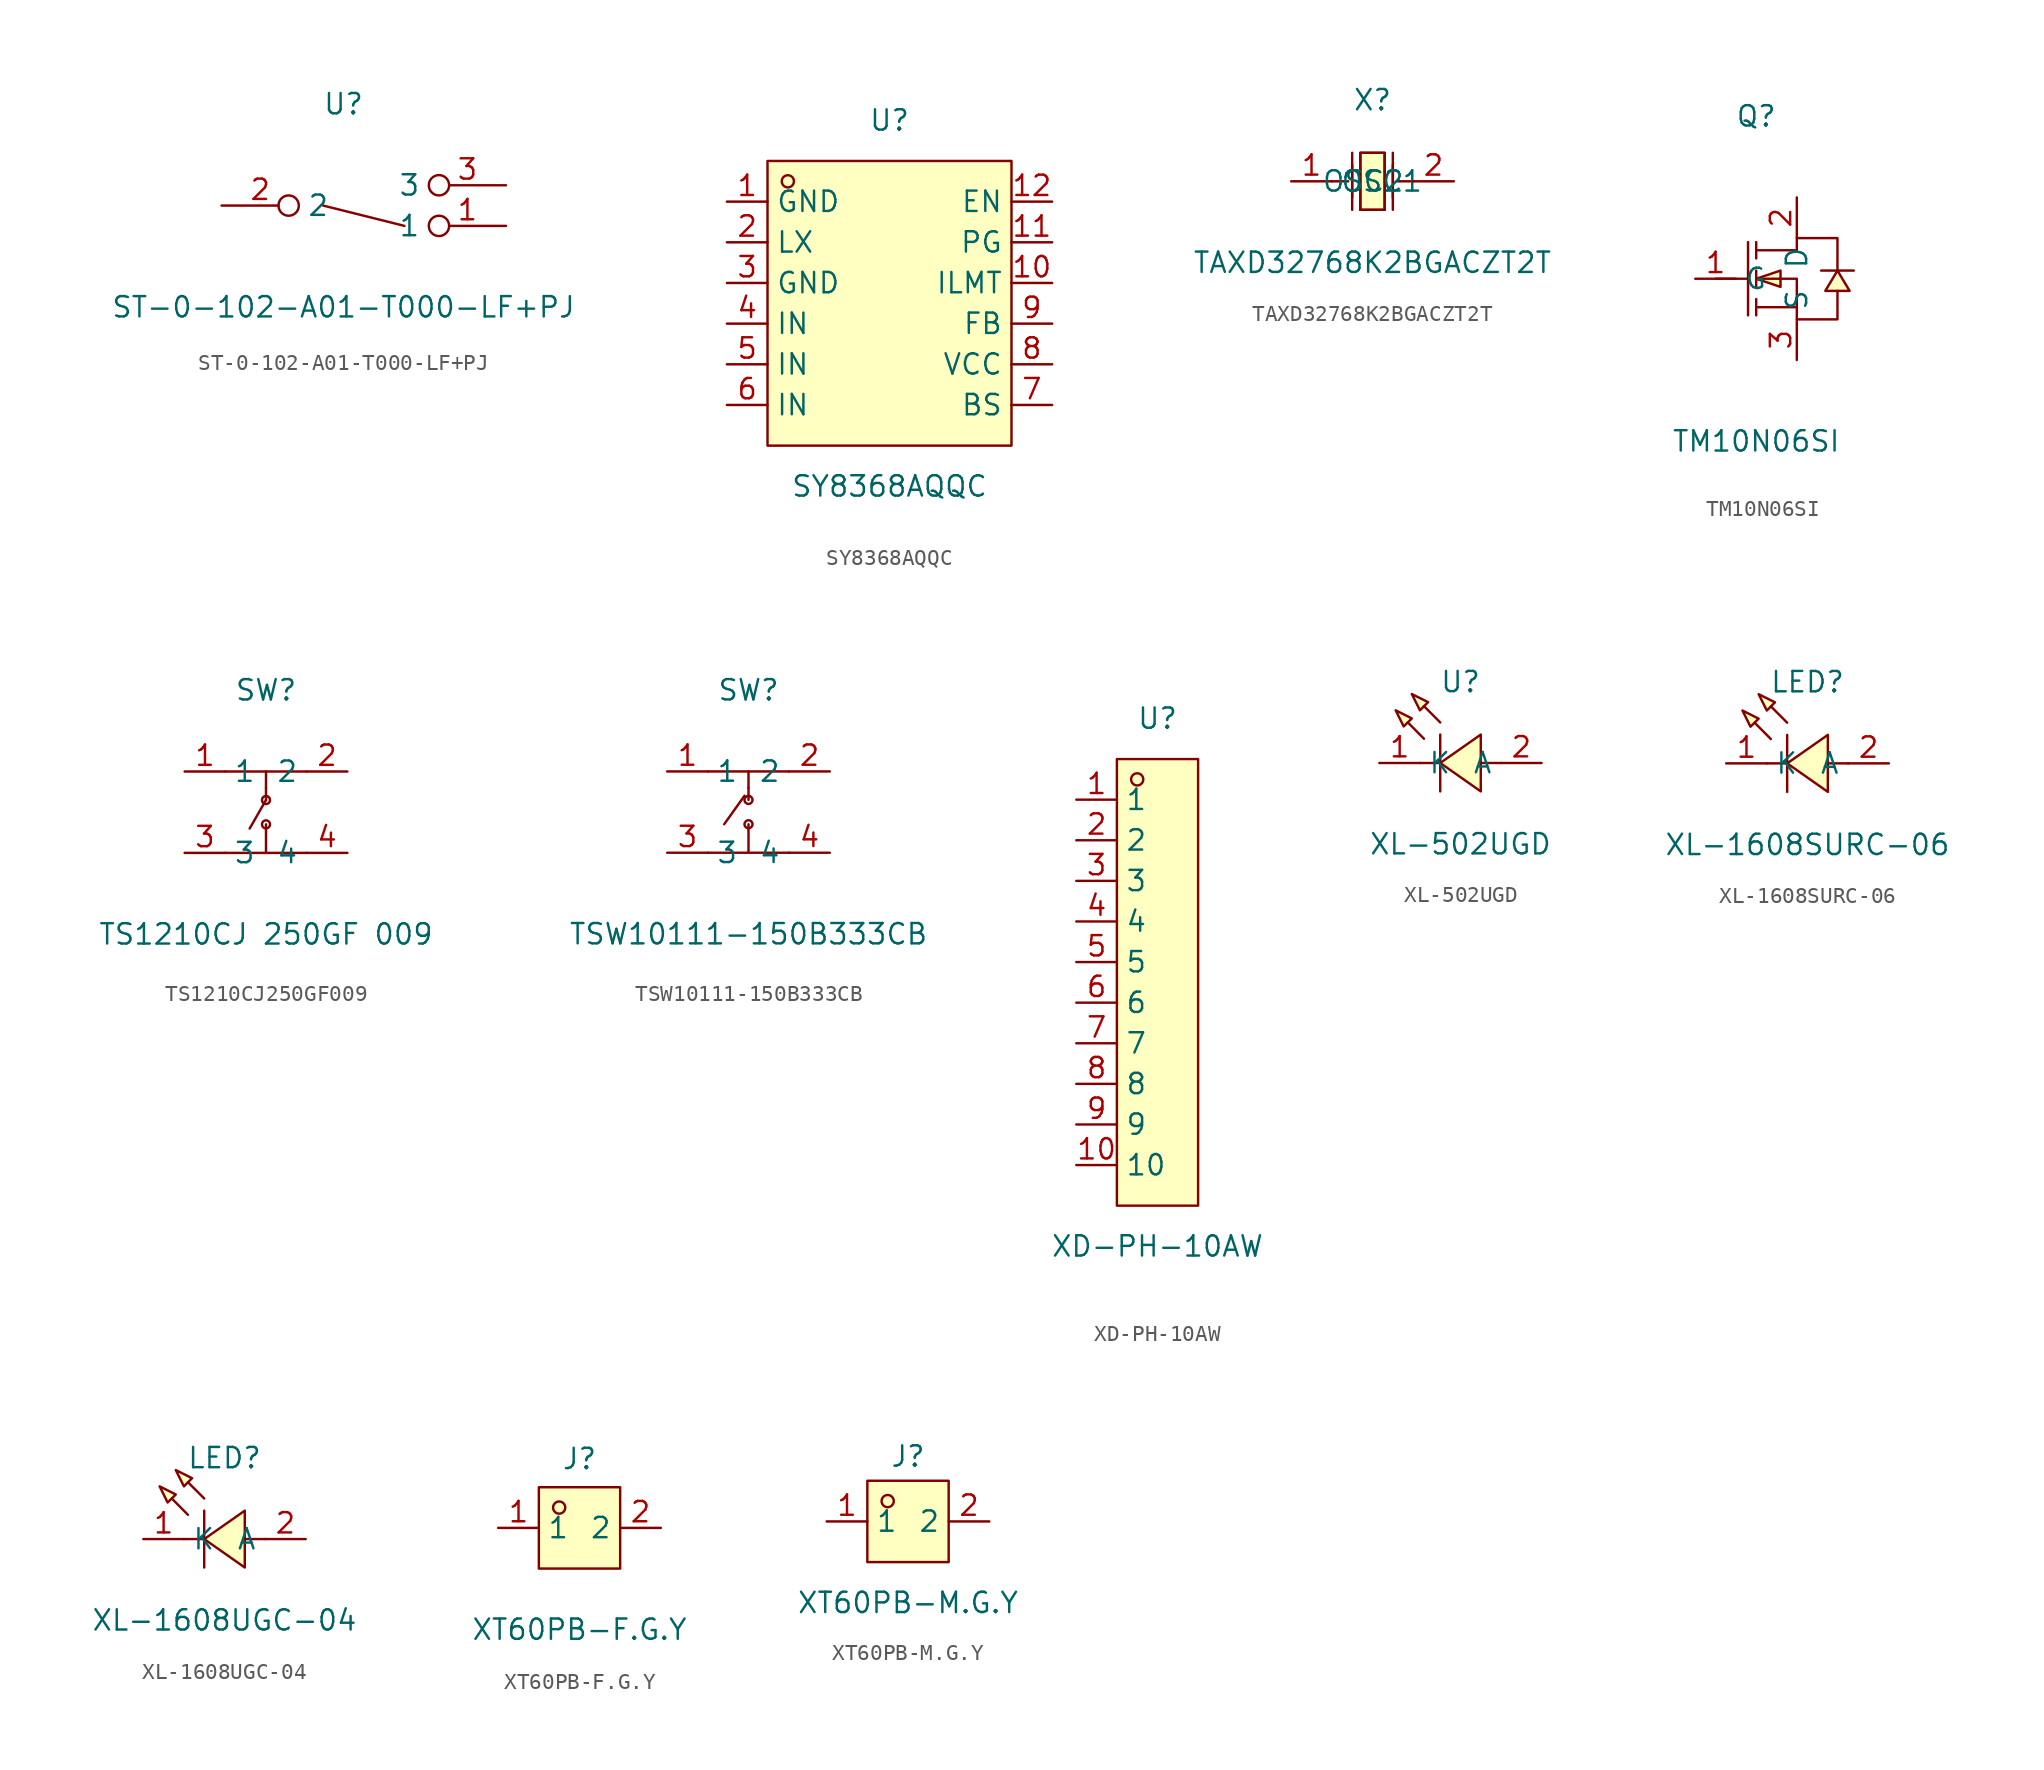
<source format=kicad_sym>
(kicad_symbol_lib
  (version 20241209)
  (generator "kicad_symbol_editor")
  (generator_version "9.0")
  (symbol "ST-0-102-A01-T000-LF+PJ"
    (property "Reference" "U"
      (at 0 5.08 0)
      (effects (font (size 1.27 1.27))))
    (property "Value" "ST-0-102-A01-T000-LF+PJ"
      (at 0 -7.62 0)
      (effects (font (size 1.27 1.27))))
    (symbol "ST-0-102-A01-T000-LF+PJ_0_1"
      (polyline (pts (xy -1.27 -1.27) (xy 3.81 -2.54)) (stroke (width 0) (type default)) (fill (type none)))
      (pin unspecified inverted (at -7.62 -1.27 0) (length 4.826) (name "2" (effects (font (size 1.27 1.27)))) (number "2" (effects (font (size 1.27 1.27)))))
      (pin unspecified inverted (at 10.16 0 180) (length 4.826) (name "3" (effects (font (size 1.27 1.27)))) (number "3" (effects (font (size 1.27 1.27)))))
      (pin unspecified inverted (at 10.16 -2.54 180) (length 4.826) (name "1" (effects (font (size 1.27 1.27)))) (number "1" (effects (font (size 1.27 1.27)))))))
  (symbol "SY8368AQQC"
    (property "Reference" "U"
      (at 0 11.43 0)
      (effects (font (size 1.27 1.27))))
    (property "Value" "SY8368AQQC"
      (at 0 -11.43 0)
      (effects (font (size 1.27 1.27))))
    (symbol "SY8368AQQC_0_1"
      (rectangle (start -7.62 8.89) (end 7.62 -8.89) (stroke (width 0) (type default)) (fill (type background)))
      (circle (center -6.35 7.62) (radius 0.38) (stroke (width 0) (type default)) (fill (type none)))
      (pin unspecified line (at -10.16 6.35 0) (length 2.54) (name "GND" (effects (font (size 1.27 1.27)))) (number "1" (effects (font (size 1.27 1.27)))))
      (pin unspecified line (at -10.16 3.81 0) (length 2.54) (name "LX" (effects (font (size 1.27 1.27)))) (number "2" (effects (font (size 1.27 1.27)))))
      (pin unspecified line (at -10.16 1.27 0) (length 2.54) (name "GND" (effects (font (size 1.27 1.27)))) (number "3" (effects (font (size 1.27 1.27)))))
      (pin unspecified line (at -10.16 -1.27 0) (length 2.54) (name "IN" (effects (font (size 1.27 1.27)))) (number "4" (effects (font (size 1.27 1.27)))))
      (pin unspecified line (at -10.16 -3.81 0) (length 2.54) (name "IN" (effects (font (size 1.27 1.27)))) (number "5" (effects (font (size 1.27 1.27)))))
      (pin unspecified line (at -10.16 -6.35 0) (length 2.54) (name "IN" (effects (font (size 1.27 1.27)))) (number "6" (effects (font (size 1.27 1.27)))))
      (pin unspecified line (at 10.16 6.35 180) (length 2.54) (name "EN" (effects (font (size 1.27 1.27)))) (number "12" (effects (font (size 1.27 1.27)))))
      (pin unspecified line (at 10.16 3.81 180) (length 2.54) (name "PG" (effects (font (size 1.27 1.27)))) (number "11" (effects (font (size 1.27 1.27)))))
      (pin unspecified line (at 10.16 1.27 180) (length 2.54) (name "ILMT" (effects (font (size 1.27 1.27)))) (number "10" (effects (font (size 1.27 1.27)))))
      (pin unspecified line (at 10.16 -1.27 180) (length 2.54) (name "FB" (effects (font (size 1.27 1.27)))) (number "9" (effects (font (size 1.27 1.27)))))
      (pin unspecified line (at 10.16 -3.81 180) (length 2.54) (name "VCC" (effects (font (size 1.27 1.27)))) (number "8" (effects (font (size 1.27 1.27)))))
      (pin unspecified line (at 10.16 -6.35 180) (length 2.54) (name "BS" (effects (font (size 1.27 1.27)))) (number "7" (effects (font (size 1.27 1.27)))))))
  (symbol "TAXD32768K2BGACZT2T"
    (property "Reference" "X"
      (at 0 5.08 0)
      (effects (font (size 1.27 1.27))))
    (property "Value" "TAXD32768K2BGACZT2T"
      (at 0 -5.08 0)
      (effects (font (size 1.27 1.27))))
    (symbol "TAXD32768K2BGACZT2T_0_1"
      (polyline (pts (xy -2.54 0) (xy -1.52 0)) (stroke (width 0) (type default)) (fill (type none)))
      (polyline (pts (xy -1.27 -1.02) (xy -1.27 1.02)) (stroke (width 0) (type default)) (fill (type none)))
      (polyline (pts (xy -1.27 -1.78) (xy -1.27 1.78)) (stroke (width 0) (type default)) (fill (type none)))
      (polyline (pts (xy -0.76 -1.78) (xy -0.76 1.78) (xy 0.76 1.78) (xy 0.76 -1.78)) (stroke (width 0) (type default)) (fill (type none)))
      (polyline (pts (xy 0.76 1.78) (xy 0.76 -1.78) (xy -0.76 -1.78) (xy -0.76 1.78) (xy 0.76 1.78)) (stroke (width 0) (type default)) (fill (type background)))
      (polyline (pts (xy 0.76 -1.78) (xy -0.76 -1.78)) (stroke (width 0) (type default)) (fill (type none)))
      (polyline (pts (xy 1.27 -1.02) (xy 1.27 1.02)) (stroke (width 0) (type default)) (fill (type none)))
      (polyline (pts (xy 1.27 -1.78) (xy 1.27 1.78)) (stroke (width 0) (type default)) (fill (type none)))
      (polyline (pts (xy 2.54 0) (xy 1.52 0)) (stroke (width 0) (type default)) (fill (type none)))
      (pin input line (at -5.08 0 0) (length 2.54) (name "OSC1" (effects (font (size 1.27 1.27)))) (number "1" (effects (font (size 1.27 1.27)))))
      (pin input line (at 5.08 0 180) (length 2.54) (name "OSC2" (effects (font (size 1.27 1.27)))) (number "2" (effects (font (size 1.27 1.27)))))))
  (symbol "TM10N06SI"
    (property "Reference" "Q"
      (at 0 10.16 0)
      (effects (font (size 1.27 1.27))))
    (property "Value" "TM10N06SI"
      (at 0 -10.16 0)
      (effects (font (size 1.27 1.27))))
    (symbol "TM10N06SI_0_1"
      (polyline (pts (xy -2.54 0) (xy -0.51 0)) (stroke (width 0) (type default)) (fill (type none)))
      (polyline (pts (xy -0.51 2.29) (xy -0.51 -2.29)) (stroke (width 0) (type default)) (fill (type none)))
      (polyline (pts (xy 0 2.29) (xy 0 1.27)) (stroke (width 0) (type default)) (fill (type none)))
      (polyline (pts (xy 0 1.78) (xy 2.54 1.78) (xy 2.54 2.54) (xy 5.08 2.54) (xy 5.08 0.51)) (stroke (width 0) (type default)) (fill (type none)))
      (polyline (pts (xy 0 0) (xy 1.52 -0.51) (xy 1.52 0.51) (xy 0 0)) (stroke (width 0) (type default)) (fill (type background)))
      (polyline (pts (xy 0 0) (xy 2.54 0) (xy 2.54 -2.54) (xy 5.08 -2.54) (xy 5.08 -0.76)) (stroke (width 0) (type default)) (fill (type none)))
      (polyline (pts (xy 0 -0.51) (xy 0 0.51)) (stroke (width 0) (type default)) (fill (type none)))
      (polyline (pts (xy 0 -2.29) (xy 0 -1.27)) (stroke (width 0) (type default)) (fill (type none)))
      (polyline (pts (xy 2.54 -1.78) (xy 0 -1.78)) (stroke (width 0) (type default)) (fill (type none)))
      (polyline (pts (xy 5.08 0.51) (xy 4.32 -0.76) (xy 5.84 -0.76) (xy 5.08 0.51)) (stroke (width 0) (type default)) (fill (type background)))
      (polyline (pts (xy 6.1 0.51) (xy 5.59 0.51) (xy 4.57 0.51) (xy 4.06 0.51)) (stroke (width 0) (type default)) (fill (type none)))
      (pin unspecified line (at -3.81 0 0) (length 2.54) (name "G" (effects (font (size 1.27 1.27)))) (number "1" (effects (font (size 1.27 1.27)))))
      (pin unspecified line (at 2.54 5.08 270) (length 2.54) (name "D" (effects (font (size 1.27 1.27)))) (number "2" (effects (font (size 1.27 1.27)))))
      (pin unspecified line (at 2.54 -5.08 90) (length 2.54) (name "S" (effects (font (size 1.27 1.27)))) (number "3" (effects (font (size 1.27 1.27)))))))
  (symbol "TS1210CJ250GF009"
    (property "Reference" "SW"
      (at 0 7.62 0)
      (effects (font (size 1.27 1.27))))
    (property "Value" "TS1210CJ 250GF 009"
      (at 0 -7.62 0)
      (effects (font (size 1.27 1.27))))
    (symbol "TS1210CJ250GF009_0_1"
      (polyline (pts (xy -2.54 -2.54) (xy 2.54 -2.54)) (stroke (width 0) (type default)) (fill (type none)))
      (polyline (pts (xy -1.02 -1.02) (xy 0 0.76)) (stroke (width 0) (type default)) (fill (type none)))
      (polyline (pts (xy 0 2.54) (xy 0 1.52)) (stroke (width 0) (type default)) (fill (type none)))
      (polyline (pts (xy 0 1.52) (xy 0 0.76)) (stroke (width 0) (type default)) (fill (type none)))
      (circle (center 0 0.76) (radius 0.25) (stroke (width 0) (type default)) (fill (type none)))
      (circle (center 0 -0.76) (radius 0.25) (stroke (width 0) (type default)) (fill (type none)))
      (polyline (pts (xy 0 -2.54) (xy 0 -0.76)) (stroke (width 0) (type default)) (fill (type none)))
      (polyline (pts (xy 2.54 2.54) (xy -2.54 2.54)) (stroke (width 0) (type default)) (fill (type none)))
      (pin unspecified line (at -5.08 2.54 0) (length 2.54) (name "1" (effects (font (size 1.27 1.27)))) (number "1" (effects (font (size 1.27 1.27)))))
      (pin unspecified line (at -5.08 -2.54 0) (length 2.54) (name "3" (effects (font (size 1.27 1.27)))) (number "3" (effects (font (size 1.27 1.27)))))
      (pin unspecified line (at 5.08 2.54 180) (length 2.54) (name "2" (effects (font (size 1.27 1.27)))) (number "2" (effects (font (size 1.27 1.27)))))
      (pin unspecified line (at 5.08 -2.54 180) (length 2.54) (name "4" (effects (font (size 1.27 1.27)))) (number "4" (effects (font (size 1.27 1.27)))))))
  (symbol "TSW10111-150B333CB"
    (property "Reference" "SW"
      (at 0 7.62 0)
      (effects (font (size 1.27 1.27))))
    (property "Value" "TSW10111-150B333CB"
      (at 0 -7.62 0)
      (effects (font (size 1.27 1.27))))
    (symbol "TSW10111-150B333CB_0_1"
      (polyline (pts (xy -2.54 2.54) (xy 2.54 2.54)) (stroke (width 0) (type default)) (fill (type none)))
      (polyline (pts (xy -1.52 -0.76) (xy -0.25 1.02)) (stroke (width 0) (type default)) (fill (type none)))
      (polyline (pts (xy 0 2.54) (xy 0 1.52)) (stroke (width 0) (type default)) (fill (type none)))
      (polyline (pts (xy 0 1.52) (xy 0 0.76)) (stroke (width 0) (type default)) (fill (type none)))
      (circle (center 0 0.76) (radius 0.25) (stroke (width 0) (type default)) (fill (type none)))
      (circle (center 0 -0.76) (radius 0.25) (stroke (width 0) (type default)) (fill (type none)))
      (polyline (pts (xy 0 -2.54) (xy 0 -0.76)) (stroke (width 0) (type default)) (fill (type none)))
      (polyline (pts (xy 2.54 -2.54) (xy -2.54 -2.54)) (stroke (width 0) (type default)) (fill (type none)))
      (pin unspecified line (at -5.08 2.54 0) (length 2.54) (name "1" (effects (font (size 1.27 1.27)))) (number "1" (effects (font (size 1.27 1.27)))))
      (pin unspecified line (at -5.08 -2.54 0) (length 2.54) (name "3" (effects (font (size 1.27 1.27)))) (number "3" (effects (font (size 1.27 1.27)))))
      (pin unspecified line (at 5.08 2.54 180) (length 2.54) (name "2" (effects (font (size 1.27 1.27)))) (number "2" (effects (font (size 1.27 1.27)))))
      (pin unspecified line (at 5.08 -2.54 180) (length 2.54) (name "4" (effects (font (size 1.27 1.27)))) (number "4" (effects (font (size 1.27 1.27)))))))
  (symbol "XD-PH-10AW"
    (property "Reference" "U"
      (at 0 16.51 0)
      (effects (font (size 1.27 1.27))))
    (property "Value" "XD-PH-10AW"
      (at 0 -16.51 0)
      (effects (font (size 1.27 1.27))))
    (symbol "XD-PH-10AW_0_1"
      (rectangle (start -2.54 13.97) (end 2.54 -13.97) (stroke (width 0) (type default)) (fill (type background)))
      (circle (center -1.27 12.7) (radius 0.38) (stroke (width 0) (type default)) (fill (type none)))
      (pin unspecified line (at -5.08 11.43 0) (length 2.54) (name "1" (effects (font (size 1.27 1.27)))) (number "1" (effects (font (size 1.27 1.27)))))
      (pin unspecified line (at -5.08 8.89 0) (length 2.54) (name "2" (effects (font (size 1.27 1.27)))) (number "2" (effects (font (size 1.27 1.27)))))
      (pin unspecified line (at -5.08 6.35 0) (length 2.54) (name "3" (effects (font (size 1.27 1.27)))) (number "3" (effects (font (size 1.27 1.27)))))
      (pin unspecified line (at -5.08 3.81 0) (length 2.54) (name "4" (effects (font (size 1.27 1.27)))) (number "4" (effects (font (size 1.27 1.27)))))
      (pin unspecified line (at -5.08 1.27 0) (length 2.54) (name "5" (effects (font (size 1.27 1.27)))) (number "5" (effects (font (size 1.27 1.27)))))
      (pin unspecified line (at -5.08 -1.27 0) (length 2.54) (name "6" (effects (font (size 1.27 1.27)))) (number "6" (effects (font (size 1.27 1.27)))))
      (pin unspecified line (at -5.08 -3.81 0) (length 2.54) (name "7" (effects (font (size 1.27 1.27)))) (number "7" (effects (font (size 1.27 1.27)))))
      (pin unspecified line (at -5.08 -6.35 0) (length 2.54) (name "8" (effects (font (size 1.27 1.27)))) (number "8" (effects (font (size 1.27 1.27)))))
      (pin unspecified line (at -5.08 -8.89 0) (length 2.54) (name "9" (effects (font (size 1.27 1.27)))) (number "9" (effects (font (size 1.27 1.27)))))
      (pin unspecified line (at -5.08 -11.43 0) (length 2.54) (name "10" (effects (font (size 1.27 1.27)))) (number "10" (effects (font (size 1.27 1.27)))))))
  (symbol "XL-502UGD"
    (property "Reference" "U"
      (at 0 5.08 0)
      (effects (font (size 1.27 1.27))))
    (property "Value" "XL-502UGD"
      (at 0 -5.08 0)
      (effects (font (size 1.27 1.27))))
    (symbol "XL-502UGD_0_1"
      (polyline (pts (xy -4.06 3.3) (xy -3.05 2.79) (xy -3.56 2.29) (xy -4.06 3.3)) (stroke (width 0) (type default)) (fill (type background)))
      (polyline (pts (xy -3.05 4.32) (xy -2.03 3.81) (xy -2.54 3.3) (xy -3.05 4.32)) (stroke (width 0) (type default)) (fill (type background)))
      (polyline (pts (xy -2.29 1.52) (xy -3.3 2.54) (xy -2.29 1.52)) (stroke (width 0) (type default)) (fill (type background)))
      (polyline (pts (xy -1.27 2.54) (xy -2.29 3.56) (xy -1.27 2.54)) (stroke (width 0) (type default)) (fill (type background)))
      (polyline (pts (xy -1.27 1.78) (xy -1.27 -1.78)) (stroke (width 0) (type default)) (fill (type none)))
      (polyline (pts (xy -1.27 0) (xy -2.54 0)) (stroke (width 0) (type default)) (fill (type none)))
      (polyline (pts (xy 1.27 1.78) (xy -1.27 0) (xy 1.27 -1.78) (xy 1.27 1.78)) (stroke (width 0) (type default)) (fill (type background)))
      (polyline (pts (xy 2.54 0) (xy 1.27 0)) (stroke (width 0) (type default)) (fill (type none)))
      (pin unspecified line (at -5.08 0 0) (length 2.54) (name "K" (effects (font (size 1.27 1.27)))) (number "1" (effects (font (size 1.27 1.27)))))
      (pin unspecified line (at 5.08 0 180) (length 2.54) (name "A" (effects (font (size 1.27 1.27)))) (number "2" (effects (font (size 1.27 1.27)))))))
  (symbol "XL-1608SURC-06"
    (property "Reference" "LED"
      (at 0 5.08 0)
      (effects (font (size 1.27 1.27))))
    (property "Value" "XL-1608SURC-06"
      (at 0 -5.08 0)
      (effects (font (size 1.27 1.27))))
    (symbol "XL-1608SURC-06_0_1"
      (polyline (pts (xy -4.06 3.3) (xy -3.05 2.79) (xy -3.56 2.29) (xy -4.06 3.3)) (stroke (width 0) (type default)) (fill (type background)))
      (polyline (pts (xy -3.05 4.32) (xy -2.03 3.81) (xy -2.54 3.3) (xy -3.05 4.32)) (stroke (width 0) (type default)) (fill (type background)))
      (polyline (pts (xy -2.29 1.52) (xy -3.3 2.54) (xy -2.29 1.52)) (stroke (width 0) (type default)) (fill (type background)))
      (polyline (pts (xy -1.27 2.54) (xy -2.29 3.56) (xy -1.27 2.54)) (stroke (width 0) (type default)) (fill (type background)))
      (polyline (pts (xy -1.27 1.78) (xy -1.27 -1.78)) (stroke (width 0) (type default)) (fill (type none)))
      (polyline (pts (xy -1.27 0) (xy -2.54 0)) (stroke (width 0) (type default)) (fill (type none)))
      (polyline (pts (xy 1.27 1.78) (xy -1.27 0) (xy 1.27 -1.78) (xy 1.27 1.78)) (stroke (width 0) (type default)) (fill (type background)))
      (polyline (pts (xy 2.54 0) (xy 1.27 0)) (stroke (width 0) (type default)) (fill (type none)))
      (pin unspecified line (at -5.08 0 0) (length 2.54) (name "K" (effects (font (size 1.27 1.27)))) (number "1" (effects (font (size 1.27 1.27)))))
      (pin unspecified line (at 5.08 0 180) (length 2.54) (name "A" (effects (font (size 1.27 1.27)))) (number "2" (effects (font (size 1.27 1.27)))))))
  (symbol "XL-1608UGC-04"
    (property "Reference" "LED"
      (at 0 5.08 0)
      (effects (font (size 1.27 1.27))))
    (property "Value" "XL-1608UGC-04"
      (at 0 -5.08 0)
      (effects (font (size 1.27 1.27))))
    (symbol "XL-1608UGC-04_0_1"
      (polyline (pts (xy -4.06 3.3) (xy -3.05 2.79) (xy -3.56 2.29) (xy -4.06 3.3)) (stroke (width 0) (type default)) (fill (type background)))
      (polyline (pts (xy -3.05 4.32) (xy -2.03 3.81) (xy -2.54 3.3) (xy -3.05 4.32)) (stroke (width 0) (type default)) (fill (type background)))
      (polyline (pts (xy -2.29 1.52) (xy -3.3 2.54) (xy -2.29 1.52)) (stroke (width 0) (type default)) (fill (type background)))
      (polyline (pts (xy -1.27 2.54) (xy -2.29 3.56) (xy -1.27 2.54)) (stroke (width 0) (type default)) (fill (type background)))
      (polyline (pts (xy -1.27 1.78) (xy -1.27 -1.78)) (stroke (width 0) (type default)) (fill (type none)))
      (polyline (pts (xy -1.27 0) (xy -2.54 0)) (stroke (width 0) (type default)) (fill (type none)))
      (polyline (pts (xy 1.27 1.78) (xy -1.27 0) (xy 1.27 -1.78) (xy 1.27 1.78)) (stroke (width 0) (type default)) (fill (type background)))
      (polyline (pts (xy 2.54 0) (xy 1.27 0)) (stroke (width 0) (type default)) (fill (type none)))
      (pin unspecified line (at -5.08 0 0) (length 2.54) (name "K" (effects (font (size 1.27 1.27)))) (number "1" (effects (font (size 1.27 1.27)))))
      (pin unspecified line (at 5.08 0 180) (length 2.54) (name "A" (effects (font (size 1.27 1.27)))) (number "2" (effects (font (size 1.27 1.27)))))))
  (symbol "XT60PB-F.G.Y"
    (property "Reference" "J"
      (at 0 4.318 0)
      (effects (font (size 1.27 1.27))))
    (property "Value" "XT60PB-F.G.Y"
      (at 0 -6.35 0)
      (effects (font (size 1.27 1.27))))
    (symbol "XT60PB-F.G.Y_0_1"
      (rectangle (start -2.54 2.54) (end 2.54 -2.54) (stroke (width 0) (type default)) (fill (type background)))
      (circle (center -1.27 1.27) (radius 0.38) (stroke (width 0) (type default)) (fill (type none)))
      (pin unspecified line (at -5.08 0 0) (length 2.54) (name "1" (effects (font (size 1.27 1.27)))) (number "1" (effects (font (size 1.27 1.27)))))
      (pin unspecified line (at 5.08 0 180) (length 2.54) (name "2" (effects (font (size 1.27 1.27)))) (number "2" (effects (font (size 1.27 1.27)))))))
  (symbol "XT60PB-M.G.Y"
    (property "Reference" "J"
      (at 0 4.064 0)
      (effects (font (size 1.27 1.27))))
    (property "Value" "XT60PB-M.G.Y"
      (at 0 -5.08 0)
      (effects (font (size 1.27 1.27))))
    (symbol "XT60PB-M.G.Y_0_1"
      (rectangle (start -2.54 2.54) (end 2.54 -2.54) (stroke (width 0) (type default)) (fill (type background)))
      (circle (center -1.27 1.27) (radius 0.38) (stroke (width 0) (type default)) (fill (type none)))
      (pin unspecified line (at -5.08 0 0) (length 2.54) (name "1" (effects (font (size 1.27 1.27)))) (number "1" (effects (font (size 1.27 1.27)))))
      (pin unspecified line (at 5.08 0 180) (length 2.54) (name "2" (effects (font (size 1.27 1.27)))) (number "2" (effects (font (size 1.27 1.27))))))))
</source>
